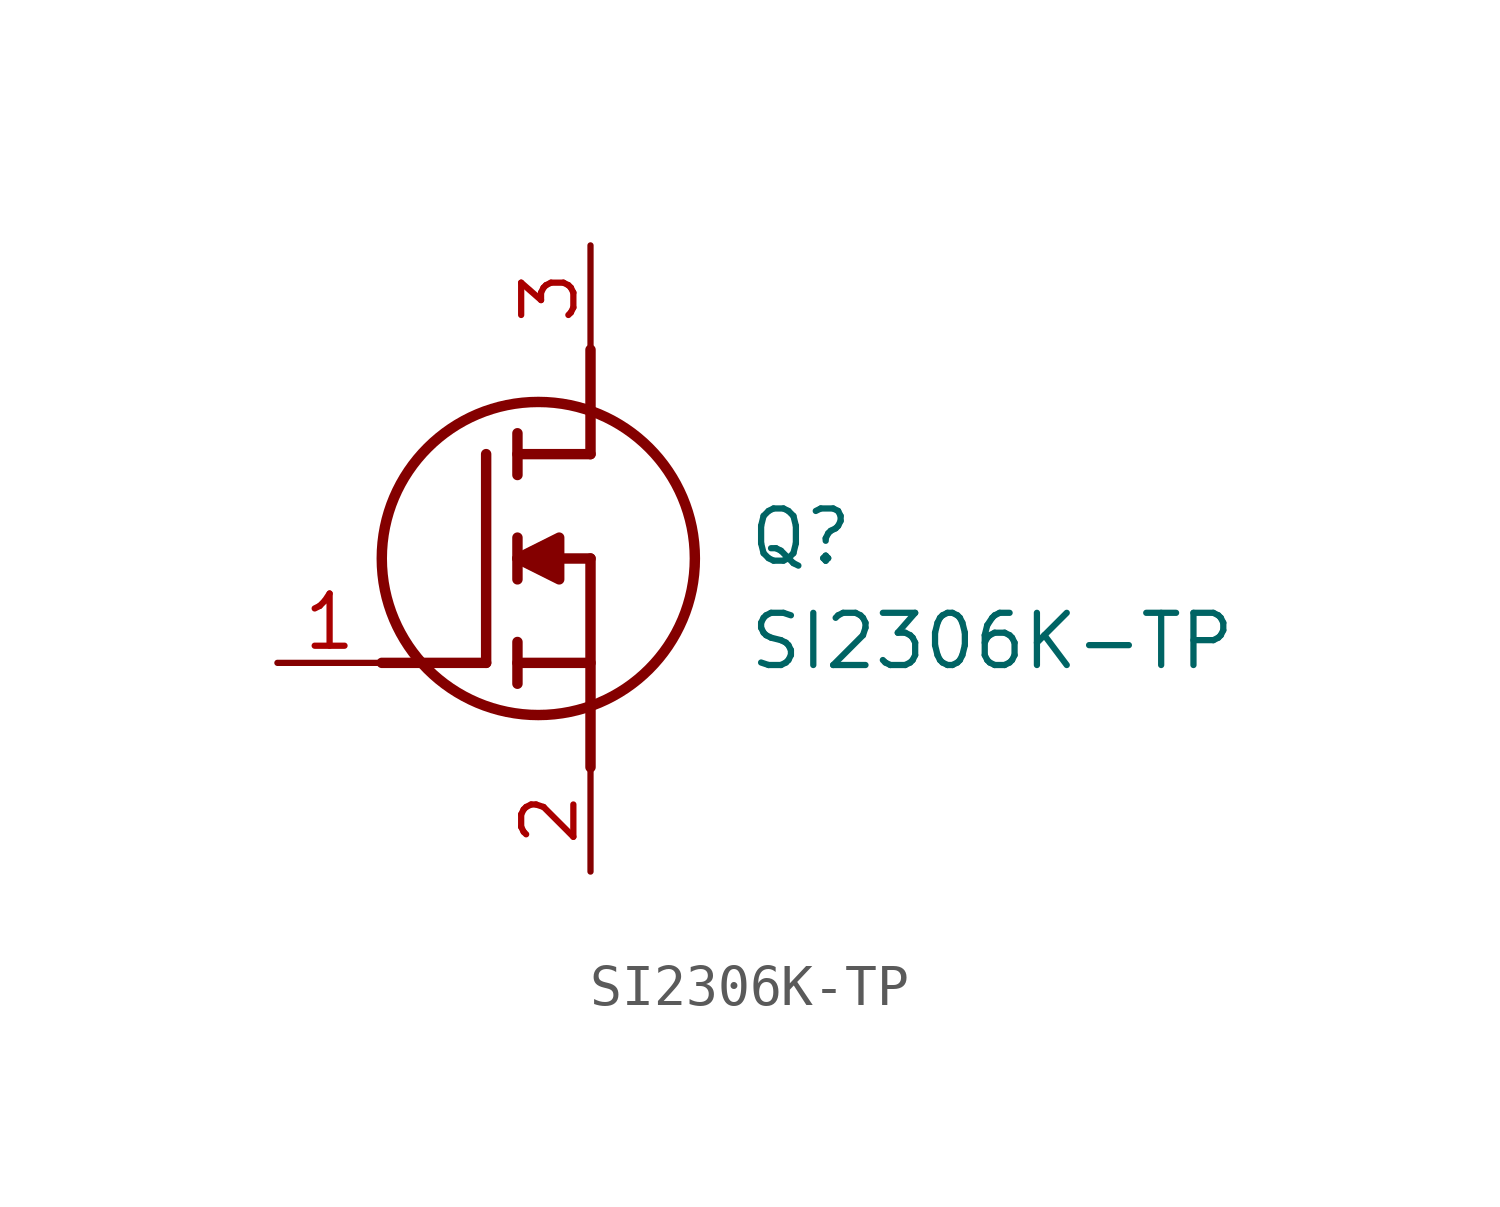
<source format=kicad_sym>
(kicad_symbol_lib
  (version 20211014)
  (generator SamacSys_ECAD_Model)
  (symbol "SI2306K-TP"
    (pin_names hide)
    (property "Reference" "Q"
      (at 11.43 3.81 0)
      (effects (font (size 1.27 1.27)) (justify left top)))
    (property "Value" "SI2306K-TP"
      (at 11.43 1.27 0)
      (effects (font (size 1.27 1.27)) (justify left top)))
    (polyline
      (pts (xy 7.62 2.54) (xy 7.62 -2.54))
      (stroke (width 0.254) (type default))
      (fill (type none)))
    (polyline
      (pts (xy 7.62 5.08) (xy 7.62 7.62))
      (stroke (width 0.254) (type default))
      (fill (type none)))
    (polyline
      (pts (xy 2.54 0) (xy 5.08 0))
      (stroke (width 0.254) (type default))
      (fill (type none)))
    (polyline
      (pts (xy 5.08 5.08) (xy 5.08 0))
      (stroke (width 0.254) (type default))
      (fill (type none)))
    (polyline
      (pts (xy 7.62 2.54) (xy 5.842 2.54))
      (stroke (width 0.254) (type default))
      (fill (type none)))
    (polyline
      (pts (xy 7.62 5.08) (xy 5.842 5.08))
      (stroke (width 0.254) (type default))
      (fill (type none)))
    (polyline
      (pts (xy 5.842 0) (xy 7.62 0))
      (stroke (width 0.254) (type default))
      (fill (type none)))
    (polyline
      (pts (xy 5.842 5.588) (xy 5.842 4.572))
      (stroke (width 0.254) (type default))
      (fill (type none)))
    (polyline
      (pts (xy 5.842 -0.508) (xy 5.842 0.508))
      (stroke (width 0.254) (type default))
      (fill (type none)))
    (polyline
      (pts (xy 5.842 2.032) (xy 5.842 3.048))
      (stroke (width 0.254) (type default))
      (fill (type none)))
    (circle
      (center 6.35 2.54)
      (radius 3.81)
      (stroke (width 0.254) (type default))
      (fill (type none)))
    (polyline
      (pts (xy 5.842 2.54) (xy 6.858 3.048) (xy 6.858 2.032) (xy 5.842 2.54))
      (stroke (width 0.254) (type default))
      (fill (type outline)))
    (pin passive line
      (at 0 0 0)
      (length 2.54)
      (name "G" (effects (font (size 1.27 1.27))))
      (number "1" (effects (font (size 1.27 1.27)))))
    (pin passive line
      (at 7.62 10.16 270)
      (length 2.54)
      (name "D" (effects (font (size 1.27 1.27))))
      (number "3" (effects (font (size 1.27 1.27)))))
    (pin passive line
      (at 7.62 -5.08 90)
      (length 2.54)
      (name "S" (effects (font (size 1.27 1.27))))
      (number "2" (effects (font (size 1.27 1.27)))))))
</source>
